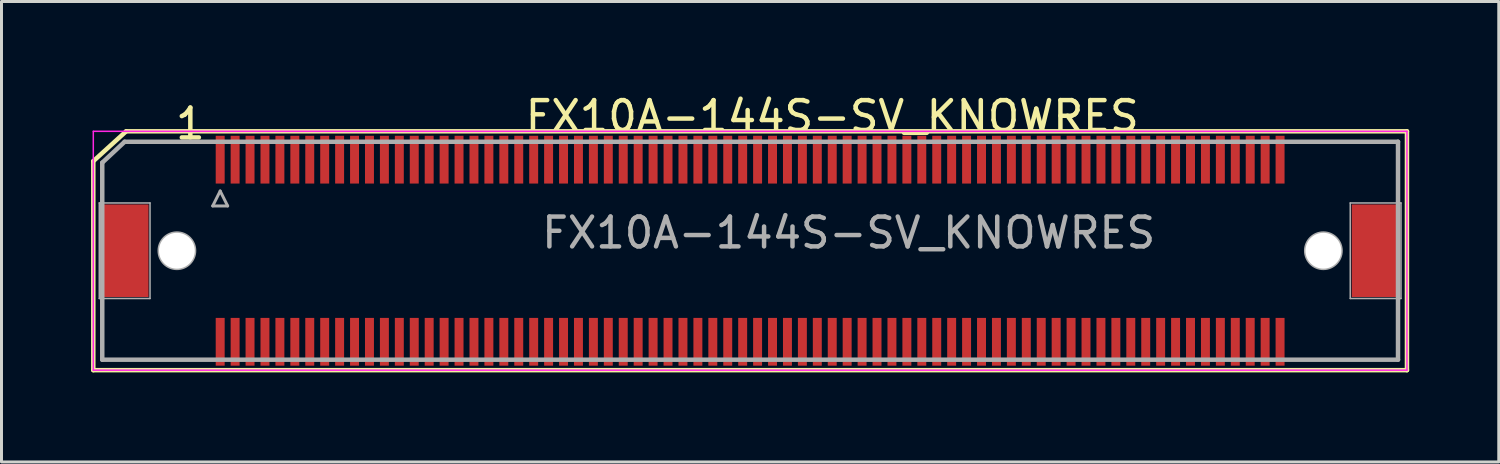
<source format=kicad_pcb>
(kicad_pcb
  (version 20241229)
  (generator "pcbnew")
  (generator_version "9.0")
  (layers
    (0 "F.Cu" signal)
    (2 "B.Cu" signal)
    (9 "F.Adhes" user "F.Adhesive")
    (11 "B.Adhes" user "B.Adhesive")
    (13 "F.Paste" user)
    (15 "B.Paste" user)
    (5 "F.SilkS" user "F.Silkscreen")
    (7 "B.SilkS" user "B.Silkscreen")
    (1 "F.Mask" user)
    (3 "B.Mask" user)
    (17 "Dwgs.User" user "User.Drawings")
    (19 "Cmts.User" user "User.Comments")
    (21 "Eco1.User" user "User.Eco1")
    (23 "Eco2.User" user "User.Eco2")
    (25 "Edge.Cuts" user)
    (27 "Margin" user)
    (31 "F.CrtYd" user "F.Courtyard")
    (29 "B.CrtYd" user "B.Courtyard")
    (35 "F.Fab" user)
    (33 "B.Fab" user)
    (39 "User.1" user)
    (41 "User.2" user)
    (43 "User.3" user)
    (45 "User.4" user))
  (footprint "FX10A-144S-SV_KNOWRES"
    (layer "F.Cu")
    (at 22.075 5.348)
    (property "Reference" "FX10A-144S-SV_KNOWRES" (at 2.75 -4.5 0) (layer "F.SilkS") (effects (font (size 1 1) (thickness 0.15))))
    (attr smd)
    (fp_line (start -22 4) (end -22 -3) (stroke (width 0.15) (type solid)) (layer "F.SilkS"))
    (fp_line (start -20.9 -4) (end -22 -3) (stroke (width 0.15) (type solid)) (layer "F.SilkS"))
    (fp_line (start -20.9 -4) (end 22 -4) (stroke (width 0.15) (type solid)) (layer "F.SilkS"))
    (fp_line (start 22 -4) (end 22 4) (stroke (width 0.15) (type solid)) (layer "F.SilkS"))
    (fp_line (start 22 4) (end -22 4) (stroke (width 0.15) (type solid)) (layer "F.SilkS"))
    (fp_line (start -22 -4) (end -22 4) (stroke (width 0.05) (type solid)) (layer "F.CrtYd"))
    (fp_line (start -22 4) (end 22 4) (stroke (width 0.05) (type solid)) (layer "F.CrtYd"))
    (fp_line (start 22 -4) (end -22 -4) (stroke (width 0.05) (type solid)) (layer "F.CrtYd"))
    (fp_line (start 22 4) (end 22 -4) (stroke (width 0.05) (type solid)) (layer "F.CrtYd"))
    (fp_line (start -21.8 -1.6) (end -20.1 -1.6) (stroke (width 0.05) (type solid)) (layer "F.Fab"))
    (fp_line (start -21.8 1.6) (end -21.8 -1.6) (stroke (width 0.05) (type solid)) (layer "F.Fab"))
    (fp_line (start -21.7 -2.95) (end -21.7 3.65) (stroke (width 0.15) (type solid)) (layer "F.Fab"))
    (fp_line (start -21.7 -2.95) (end -20.95 -3.65) (stroke (width 0.15) (type solid)) (layer "F.Fab"))
    (fp_line (start -21.7 3.65) (end 21.7 3.65) (stroke (width 0.15) (type solid)) (layer "F.Fab"))
    (fp_line (start -20.95 -3.65) (end 21.7 -3.65) (stroke (width 0.15) (type solid)) (layer "F.Fab"))
    (fp_line (start -20.1 -1.6) (end -20.1 1.6) (stroke (width 0.05) (type solid)) (layer "F.Fab"))
    (fp_line (start -20.1 1.6) (end -21.8 1.6) (stroke (width 0.05) (type solid)) (layer "F.Fab"))
    (fp_line (start -18 -1.5) (end -17.75 -2) (stroke (width 0.1) (type solid)) (layer "F.Fab"))
    (fp_line (start -17.75 -2) (end -17.5 -1.5) (stroke (width 0.1) (type solid)) (layer "F.Fab"))
    (fp_line (start -17.5 -1.5) (end -18 -1.5) (stroke (width 0.1) (type solid)) (layer "F.Fab"))
    (fp_line (start 20.1 -1.6) (end 21.8 -1.6) (stroke (width 0.05) (type solid)) (layer "F.Fab"))
    (fp_line (start 20.1 1.6) (end 20.1 -1.6) (stroke (width 0.05) (type solid)) (layer "F.Fab"))
    (fp_line (start 21.7 -3.65) (end 21.7 3.65) (stroke (width 0.15) (type solid)) (layer "F.Fab"))
    (fp_line (start 21.8 -1.6) (end 21.8 1.6) (stroke (width 0.05) (type solid)) (layer "F.Fab"))
    (fp_line (start 21.8 1.6) (end 20.1 1.6) (stroke (width 0.05) (type solid)) (layer "F.Fab"))
    (fp_circle (center -19.2 0) (end -19.8 0) (stroke (width 0.1) (type solid)) (fill no) (layer "F.Fab"))
    (fp_circle (center 19.2 0) (end 19.8 0) (stroke (width 0.1) (type solid)) (fill no) (layer "F.Fab"))
    (fp_text user "1" (at -18.75 -4.25 0) (layer "F.SilkS") (effects (font (size 1 1) (thickness 0.15))))
    (fp_text user "${REFERENCE}" (at 3.3 -0.6 0) (layer "F.Fab") (effects (font (size 1 1) (thickness 0.15))))
    (pad "" smd rect (at -20.95 0) (size 1.6 3.1) (layers "F.Cu" "F.Mask" "F.Paste"))
    (pad "" np_thru_hole circle (at -19.2 0) (size 1.2 1.2) (drill 1.2) (layers "*.Mask" "F.Cu"))
    (pad "" np_thru_hole circle (at 19.2 0) (size 1.2 1.2) (drill 1.2) (layers "*.Mask" "F.Cu"))
    (pad "" smd rect (at 20.95 0) (size 1.6 3.1) (layers "F.Cu" "F.Mask" "F.Paste"))
    (pad "1" smd rect (at -17.75 -3.05) (size 0.3 1.6) (layers "F.Cu" "F.Mask" "F.Paste"))
    (pad "2" smd rect (at -17.75 3.05) (size 0.3 1.6) (layers "F.Cu" "F.Mask" "F.Paste"))
    (pad "3" smd rect (at -17.25 -3.05) (size 0.3 1.6) (layers "F.Cu" "F.Mask" "F.Paste"))
    (pad "4" smd rect (at -17.25 3.05) (size 0.3 1.6) (layers "F.Cu" "F.Mask" "F.Paste"))
    (pad "5" smd rect (at -16.75 -3.05) (size 0.3 1.6) (layers "F.Cu" "F.Mask" "F.Paste"))
    (pad "6" smd rect (at -16.75 3.05) (size 0.3 1.6) (layers "F.Cu" "F.Mask" "F.Paste"))
    (pad "7" smd rect (at -16.25 -3.05) (size 0.3 1.6) (layers "F.Cu" "F.Mask" "F.Paste"))
    (pad "8" smd rect (at -16.25 3.05) (size 0.3 1.6) (layers "F.Cu" "F.Mask" "F.Paste"))
    (pad "9" smd rect (at -15.75 -3.05) (size 0.3 1.6) (layers "F.Cu" "F.Mask" "F.Paste"))
    (pad "10" smd rect (at -15.75 3.05) (size 0.3 1.6) (layers "F.Cu" "F.Mask" "F.Paste"))
    (pad "11" smd rect (at -15.25 -3.05) (size 0.3 1.6) (layers "F.Cu" "F.Mask" "F.Paste"))
    (pad "12" smd rect (at -15.25 3.05) (size 0.3 1.6) (layers "F.Cu" "F.Mask" "F.Paste"))
    (pad "13" smd rect (at -14.75 -3.05) (size 0.3 1.6) (layers "F.Cu" "F.Mask" "F.Paste"))
    (pad "14" smd rect (at -14.75 3.05) (size 0.3 1.6) (layers "F.Cu" "F.Mask" "F.Paste"))
    (pad "15" smd rect (at -14.25 -3.05) (size 0.3 1.6) (layers "F.Cu" "F.Mask" "F.Paste"))
    (pad "16" smd rect (at -14.25 3.05) (size 0.3 1.6) (layers "F.Cu" "F.Mask" "F.Paste"))
    (pad "17" smd rect (at -13.75 -3.05) (size 0.3 1.6) (layers "F.Cu" "F.Mask" "F.Paste"))
    (pad "18" smd rect (at -13.75 3.05) (size 0.3 1.6) (layers "F.Cu" "F.Mask" "F.Paste"))
    (pad "19" smd rect (at -13.25 -3.05) (size 0.3 1.6) (layers "F.Cu" "F.Mask" "F.Paste"))
    (pad "20" smd rect (at -13.25 3.05) (size 0.3 1.6) (layers "F.Cu" "F.Mask" "F.Paste"))
    (pad "21" smd rect (at -12.75 -3.05) (size 0.3 1.6) (layers "F.Cu" "F.Mask" "F.Paste"))
    (pad "22" smd rect (at -12.75 3.05) (size 0.3 1.6) (layers "F.Cu" "F.Mask" "F.Paste"))
    (pad "23" smd rect (at -12.25 -3.05) (size 0.3 1.6) (layers "F.Cu" "F.Mask" "F.Paste"))
    (pad "24" smd rect (at -12.25 3.05) (size 0.3 1.6) (layers "F.Cu" "F.Mask" "F.Paste"))
    (pad "25" smd rect (at -11.75 -3.05) (size 0.3 1.6) (layers "F.Cu" "F.Mask" "F.Paste"))
    (pad "26" smd rect (at -11.75 3.05) (size 0.3 1.6) (layers "F.Cu" "F.Mask" "F.Paste"))
    (pad "27" smd rect (at -11.25 -3.05) (size 0.3 1.6) (layers "F.Cu" "F.Mask" "F.Paste"))
    (pad "28" smd rect (at -11.25 3.05) (size 0.3 1.6) (layers "F.Cu" "F.Mask" "F.Paste"))
    (pad "29" smd rect (at -10.75 -3.05) (size 0.3 1.6) (layers "F.Cu" "F.Mask" "F.Paste"))
    (pad "30" smd rect (at -10.75 3.05) (size 0.3 1.6) (layers "F.Cu" "F.Mask" "F.Paste"))
    (pad "31" smd rect (at -10.25 -3.05) (size 0.3 1.6) (layers "F.Cu" "F.Mask" "F.Paste"))
    (pad "32" smd rect (at -10.25 3.05) (size 0.3 1.6) (layers "F.Cu" "F.Mask" "F.Paste"))
    (pad "33" smd rect (at -9.75 -3.05) (size 0.3 1.6) (layers "F.Cu" "F.Mask" "F.Paste"))
    (pad "34" smd rect (at -9.75 3.05) (size 0.3 1.6) (layers "F.Cu" "F.Mask" "F.Paste"))
    (pad "35" smd rect (at -9.25 -3.05) (size 0.3 1.6) (layers "F.Cu" "F.Mask" "F.Paste"))
    (pad "36" smd rect (at -9.25 3.05) (size 0.3 1.6) (layers "F.Cu" "F.Mask" "F.Paste"))
    (pad "37" smd rect (at -8.75 -3.05) (size 0.3 1.6) (layers "F.Cu" "F.Mask" "F.Paste"))
    (pad "38" smd rect (at -8.75 3.05) (size 0.3 1.6) (layers "F.Cu" "F.Mask" "F.Paste"))
    (pad "39" smd rect (at -8.25 -3.05) (size 0.3 1.6) (layers "F.Cu" "F.Mask" "F.Paste"))
    (pad "40" smd rect (at -8.25 3.05) (size 0.3 1.6) (layers "F.Cu" "F.Mask" "F.Paste"))
    (pad "41" smd rect (at -7.75 -3.05) (size 0.3 1.6) (layers "F.Cu" "F.Mask" "F.Paste"))
    (pad "42" smd rect (at -7.75 3.05) (size 0.3 1.6) (layers "F.Cu" "F.Mask" "F.Paste"))
    (pad "43" smd rect (at -7.25 -3.05) (size 0.3 1.6) (layers "F.Cu" "F.Mask" "F.Paste"))
    (pad "44" smd rect (at -7.25 3.05) (size 0.3 1.6) (layers "F.Cu" "F.Mask" "F.Paste"))
    (pad "45" smd rect (at -6.75 -3.05) (size 0.3 1.6) (layers "F.Cu" "F.Mask" "F.Paste"))
    (pad "46" smd rect (at -6.75 3.05) (size 0.3 1.6) (layers "F.Cu" "F.Mask" "F.Paste"))
    (pad "47" smd rect (at -6.25 -3.05) (size 0.3 1.6) (layers "F.Cu" "F.Mask" "F.Paste"))
    (pad "48" smd rect (at -6.25 3.05) (size 0.3 1.6) (layers "F.Cu" "F.Mask" "F.Paste"))
    (pad "49" smd rect (at -5.75 -3.05) (size 0.3 1.6) (layers "F.Cu" "F.Mask" "F.Paste"))
    (pad "50" smd rect (at -5.75 3.05) (size 0.3 1.6) (layers "F.Cu" "F.Mask" "F.Paste"))
    (pad "51" smd rect (at -5.25 -3.05) (size 0.3 1.6) (layers "F.Cu" "F.Mask" "F.Paste"))
    (pad "52" smd rect (at -5.25 3.05) (size 0.3 1.6) (layers "F.Cu" "F.Mask" "F.Paste"))
    (pad "53" smd rect (at -4.75 -3.05) (size 0.3 1.6) (layers "F.Cu" "F.Mask" "F.Paste"))
    (pad "54" smd rect (at -4.75 3.05) (size 0.3 1.6) (layers "F.Cu" "F.Mask" "F.Paste"))
    (pad "55" smd rect (at -4.25 -3.05) (size 0.3 1.6) (layers "F.Cu" "F.Mask" "F.Paste"))
    (pad "56" smd rect (at -4.25 3.05) (size 0.3 1.6) (layers "F.Cu" "F.Mask" "F.Paste"))
    (pad "57" smd rect (at -3.75 -3.05) (size 0.3 1.6) (layers "F.Cu" "F.Mask" "F.Paste"))
    (pad "58" smd rect (at -3.75 3.05) (size 0.3 1.6) (layers "F.Cu" "F.Mask" "F.Paste"))
    (pad "59" smd rect (at -3.25 -3.05) (size 0.3 1.6) (layers "F.Cu" "F.Mask" "F.Paste"))
    (pad "60" smd rect (at -3.25 3.05) (size 0.3 1.6) (layers "F.Cu" "F.Mask" "F.Paste"))
    (pad "61" smd rect (at -2.75 -3.05) (size 0.3 1.6) (layers "F.Cu" "F.Mask" "F.Paste"))
    (pad "62" smd rect (at -2.75 3.05) (size 0.3 1.6) (layers "F.Cu" "F.Mask" "F.Paste"))
    (pad "63" smd rect (at -2.25 -3.05) (size 0.3 1.6) (layers "F.Cu" "F.Mask" "F.Paste"))
    (pad "64" smd rect (at -2.25 3.05) (size 0.3 1.6) (layers "F.Cu" "F.Mask" "F.Paste"))
    (pad "65" smd rect (at -1.75 -3.05) (size 0.3 1.6) (layers "F.Cu" "F.Mask" "F.Paste"))
    (pad "66" smd rect (at -1.75 3.05) (size 0.3 1.6) (layers "F.Cu" "F.Mask" "F.Paste"))
    (pad "67" smd rect (at -1.25 -3.05) (size 0.3 1.6) (layers "F.Cu" "F.Mask" "F.Paste"))
    (pad "68" smd rect (at -1.25 3.05) (size 0.3 1.6) (layers "F.Cu" "F.Mask" "F.Paste"))
    (pad "69" smd rect (at -0.75 -3.05) (size 0.3 1.6) (layers "F.Cu" "F.Mask" "F.Paste"))
    (pad "70" smd rect (at -0.75 3.05) (size 0.3 1.6) (layers "F.Cu" "F.Mask" "F.Paste"))
    (pad "71" smd rect (at -0.25 -3.05) (size 0.3 1.6) (layers "F.Cu" "F.Mask" "F.Paste"))
    (pad "72" smd rect (at -0.25 3.05) (size 0.3 1.6) (layers "F.Cu" "F.Mask" "F.Paste"))
    (pad "73" smd rect (at 0.25 -3.05) (size 0.3 1.6) (layers "F.Cu" "F.Mask" "F.Paste"))
    (pad "74" smd rect (at 0.25 3.05) (size 0.3 1.6) (layers "F.Cu" "F.Mask" "F.Paste"))
    (pad "75" smd rect (at 0.75 -3.05) (size 0.3 1.6) (layers "F.Cu" "F.Mask" "F.Paste"))
    (pad "76" smd rect (at 0.75 3.05) (size 0.3 1.6) (layers "F.Cu" "F.Mask" "F.Paste"))
    (pad "77" smd rect (at 1.25 -3.05) (size 0.3 1.6) (layers "F.Cu" "F.Mask" "F.Paste"))
    (pad "78" smd rect (at 1.25 3.05) (size 0.3 1.6) (layers "F.Cu" "F.Mask" "F.Paste"))
    (pad "79" smd rect (at 1.75 -3.05) (size 0.3 1.6) (layers "F.Cu" "F.Mask" "F.Paste"))
    (pad "80" smd rect (at 1.75 3.05) (size 0.3 1.6) (layers "F.Cu" "F.Mask" "F.Paste"))
    (pad "81" smd rect (at 2.25 -3.05) (size 0.3 1.6) (layers "F.Cu" "F.Mask" "F.Paste"))
    (pad "82" smd rect (at 2.25 3.05) (size 0.3 1.6) (layers "F.Cu" "F.Mask" "F.Paste"))
    (pad "83" smd rect (at 2.75 -3.05) (size 0.3 1.6) (layers "F.Cu" "F.Mask" "F.Paste"))
    (pad "84" smd rect (at 2.75 3.05) (size 0.3 1.6) (layers "F.Cu" "F.Mask" "F.Paste"))
    (pad "85" smd rect (at 3.25 -3.05) (size 0.3 1.6) (layers "F.Cu" "F.Mask" "F.Paste"))
    (pad "86" smd rect (at 3.25 3.05) (size 0.3 1.6) (layers "F.Cu" "F.Mask" "F.Paste"))
    (pad "87" smd rect (at 3.75 -3.05) (size 0.3 1.6) (layers "F.Cu" "F.Mask" "F.Paste"))
    (pad "88" smd rect (at 3.75 3.05) (size 0.3 1.6) (layers "F.Cu" "F.Mask" "F.Paste"))
    (pad "89" smd rect (at 4.25 -3.05) (size 0.3 1.6) (layers "F.Cu" "F.Mask" "F.Paste"))
    (pad "90" smd rect (at 4.25 3.05) (size 0.3 1.6) (layers "F.Cu" "F.Mask" "F.Paste"))
    (pad "91" smd rect (at 4.75 -3.05) (size 0.3 1.6) (layers "F.Cu" "F.Mask" "F.Paste"))
    (pad "92" smd rect (at 4.75 3.05) (size 0.3 1.6) (layers "F.Cu" "F.Mask" "F.Paste"))
    (pad "93" smd rect (at 5.25 -3.05) (size 0.3 1.6) (layers "F.Cu" "F.Mask" "F.Paste"))
    (pad "94" smd rect (at 5.25 3.05) (size 0.3 1.6) (layers "F.Cu" "F.Mask" "F.Paste"))
    (pad "95" smd rect (at 5.75 -3.05) (size 0.3 1.6) (layers "F.Cu" "F.Mask" "F.Paste"))
    (pad "96" smd rect (at 5.75 3.05) (size 0.3 1.6) (layers "F.Cu" "F.Mask" "F.Paste"))
    (pad "97" smd rect (at 6.25 -3.05) (size 0.3 1.6) (layers "F.Cu" "F.Mask" "F.Paste"))
    (pad "98" smd rect (at 6.25 3.05) (size 0.3 1.6) (layers "F.Cu" "F.Mask" "F.Paste"))
    (pad "99" smd rect (at 6.75 -3.05) (size 0.3 1.6) (layers "F.Cu" "F.Mask" "F.Paste"))
    (pad "100" smd rect (at 6.75 3.05) (size 0.3 1.6) (layers "F.Cu" "F.Mask" "F.Paste"))
    (pad "101" smd rect (at 7.25 -3.05) (size 0.3 1.6) (layers "F.Cu" "F.Mask" "F.Paste"))
    (pad "102" smd rect (at 7.25 3.05) (size 0.3 1.6) (layers "F.Cu" "F.Mask" "F.Paste"))
    (pad "103" smd rect (at 7.75 -3.05) (size 0.3 1.6) (layers "F.Cu" "F.Mask" "F.Paste"))
    (pad "104" smd rect (at 7.75 3.05) (size 0.3 1.6) (layers "F.Cu" "F.Mask" "F.Paste"))
    (pad "105" smd rect (at 8.25 -3.05) (size 0.3 1.6) (layers "F.Cu" "F.Mask" "F.Paste"))
    (pad "106" smd rect (at 8.25 3.05) (size 0.3 1.6) (layers "F.Cu" "F.Mask" "F.Paste"))
    (pad "107" smd rect (at 8.75 -3.05) (size 0.3 1.6) (layers "F.Cu" "F.Mask" "F.Paste"))
    (pad "108" smd rect (at 8.75 3.05) (size 0.3 1.6) (layers "F.Cu" "F.Mask" "F.Paste"))
    (pad "109" smd rect (at 9.25 -3.05) (size 0.3 1.6) (layers "F.Cu" "F.Mask" "F.Paste"))
    (pad "110" smd rect (at 9.25 3.05) (size 0.3 1.6) (layers "F.Cu" "F.Mask" "F.Paste"))
    (pad "111" smd rect (at 9.75 -3.05) (size 0.3 1.6) (layers "F.Cu" "F.Mask" "F.Paste"))
    (pad "112" smd rect (at 9.75 3.05) (size 0.3 1.6) (layers "F.Cu" "F.Mask" "F.Paste"))
    (pad "113" smd rect (at 10.25 -3.05) (size 0.3 1.6) (layers "F.Cu" "F.Mask" "F.Paste"))
    (pad "114" smd rect (at 10.25 3.05) (size 0.3 1.6) (layers "F.Cu" "F.Mask" "F.Paste"))
    (pad "115" smd rect (at 10.75 -3.05) (size 0.3 1.6) (layers "F.Cu" "F.Mask" "F.Paste"))
    (pad "116" smd rect (at 10.75 3.05) (size 0.3 1.6) (layers "F.Cu" "F.Mask" "F.Paste"))
    (pad "117" smd rect (at 11.25 -3.05) (size 0.3 1.6) (layers "F.Cu" "F.Mask" "F.Paste"))
    (pad "118" smd rect (at 11.25 3.05) (size 0.3 1.6) (layers "F.Cu" "F.Mask" "F.Paste"))
    (pad "119" smd rect (at 11.75 -3.05) (size 0.3 1.6) (layers "F.Cu" "F.Mask" "F.Paste"))
    (pad "120" smd rect (at 11.75 3.05) (size 0.3 1.6) (layers "F.Cu" "F.Mask" "F.Paste"))
    (pad "121" smd rect (at 12.25 -3.05) (size 0.3 1.6) (layers "F.Cu" "F.Mask" "F.Paste"))
    (pad "122" smd rect (at 12.25 3.05) (size 0.3 1.6) (layers "F.Cu" "F.Mask" "F.Paste"))
    (pad "123" smd rect (at 12.75 -3.05) (size 0.3 1.6) (layers "F.Cu" "F.Mask" "F.Paste"))
    (pad "124" smd rect (at 12.75 3.05) (size 0.3 1.6) (layers "F.Cu" "F.Mask" "F.Paste"))
    (pad "125" smd rect (at 13.25 -3.05) (size 0.3 1.6) (layers "F.Cu" "F.Mask" "F.Paste"))
    (pad "126" smd rect (at 13.25 3.05) (size 0.3 1.6) (layers "F.Cu" "F.Mask" "F.Paste"))
    (pad "127" smd rect (at 13.75 -3.05) (size 0.3 1.6) (layers "F.Cu" "F.Mask" "F.Paste"))
    (pad "128" smd rect (at 13.75 3.05) (size 0.3 1.6) (layers "F.Cu" "F.Mask" "F.Paste"))
    (pad "129" smd rect (at 14.25 -3.05) (size 0.3 1.6) (layers "F.Cu" "F.Mask" "F.Paste"))
    (pad "130" smd rect (at 14.25 3.05) (size 0.3 1.6) (layers "F.Cu" "F.Mask" "F.Paste"))
    (pad "131" smd rect (at 14.75 -3.05) (size 0.3 1.6) (layers "F.Cu" "F.Mask" "F.Paste"))
    (pad "132" smd rect (at 14.75 3.05) (size 0.3 1.6) (layers "F.Cu" "F.Mask" "F.Paste"))
    (pad "133" smd rect (at 15.25 -3.05) (size 0.3 1.6) (layers "F.Cu" "F.Mask" "F.Paste"))
    (pad "134" smd rect (at 15.25 3.05) (size 0.3 1.6) (layers "F.Cu" "F.Mask" "F.Paste"))
    (pad "135" smd rect (at 15.75 -3.05) (size 0.3 1.6) (layers "F.Cu" "F.Mask" "F.Paste"))
    (pad "136" smd rect (at 15.75 3.05) (size 0.3 1.6) (layers "F.Cu" "F.Mask" "F.Paste"))
    (pad "137" smd rect (at 16.25 -3.05) (size 0.3 1.6) (layers "F.Cu" "F.Mask" "F.Paste"))
    (pad "138" smd rect (at 16.25 3.05) (size 0.3 1.6) (layers "F.Cu" "F.Mask" "F.Paste"))
    (pad "139" smd rect (at 16.75 -3.05) (size 0.3 1.6) (layers "F.Cu" "F.Mask" "F.Paste"))
    (pad "140" smd rect (at 16.75 3.05) (size 0.3 1.6) (layers "F.Cu" "F.Mask" "F.Paste"))
    (pad "141" smd rect (at 17.25 -3.05) (size 0.3 1.6) (layers "F.Cu" "F.Mask" "F.Paste"))
    (pad "142" smd rect (at 17.25 3.05) (size 0.3 1.6) (layers "F.Cu" "F.Mask" "F.Paste"))
    (pad "143" smd rect (at 17.75 -3.05) (size 0.3 1.6) (layers "F.Cu" "F.Mask" "F.Paste"))
    (pad "144" smd rect (at 17.75 3.05) (size 0.3 1.6) (layers "F.Cu" "F.Mask" "F.Paste")))
  (gr_rect
    (start -3 -3)
    (end 47.15 12.423)
    (stroke (width 0.1) (type default))
    (fill no)
    (layer "Edge.Cuts")))
</source>
